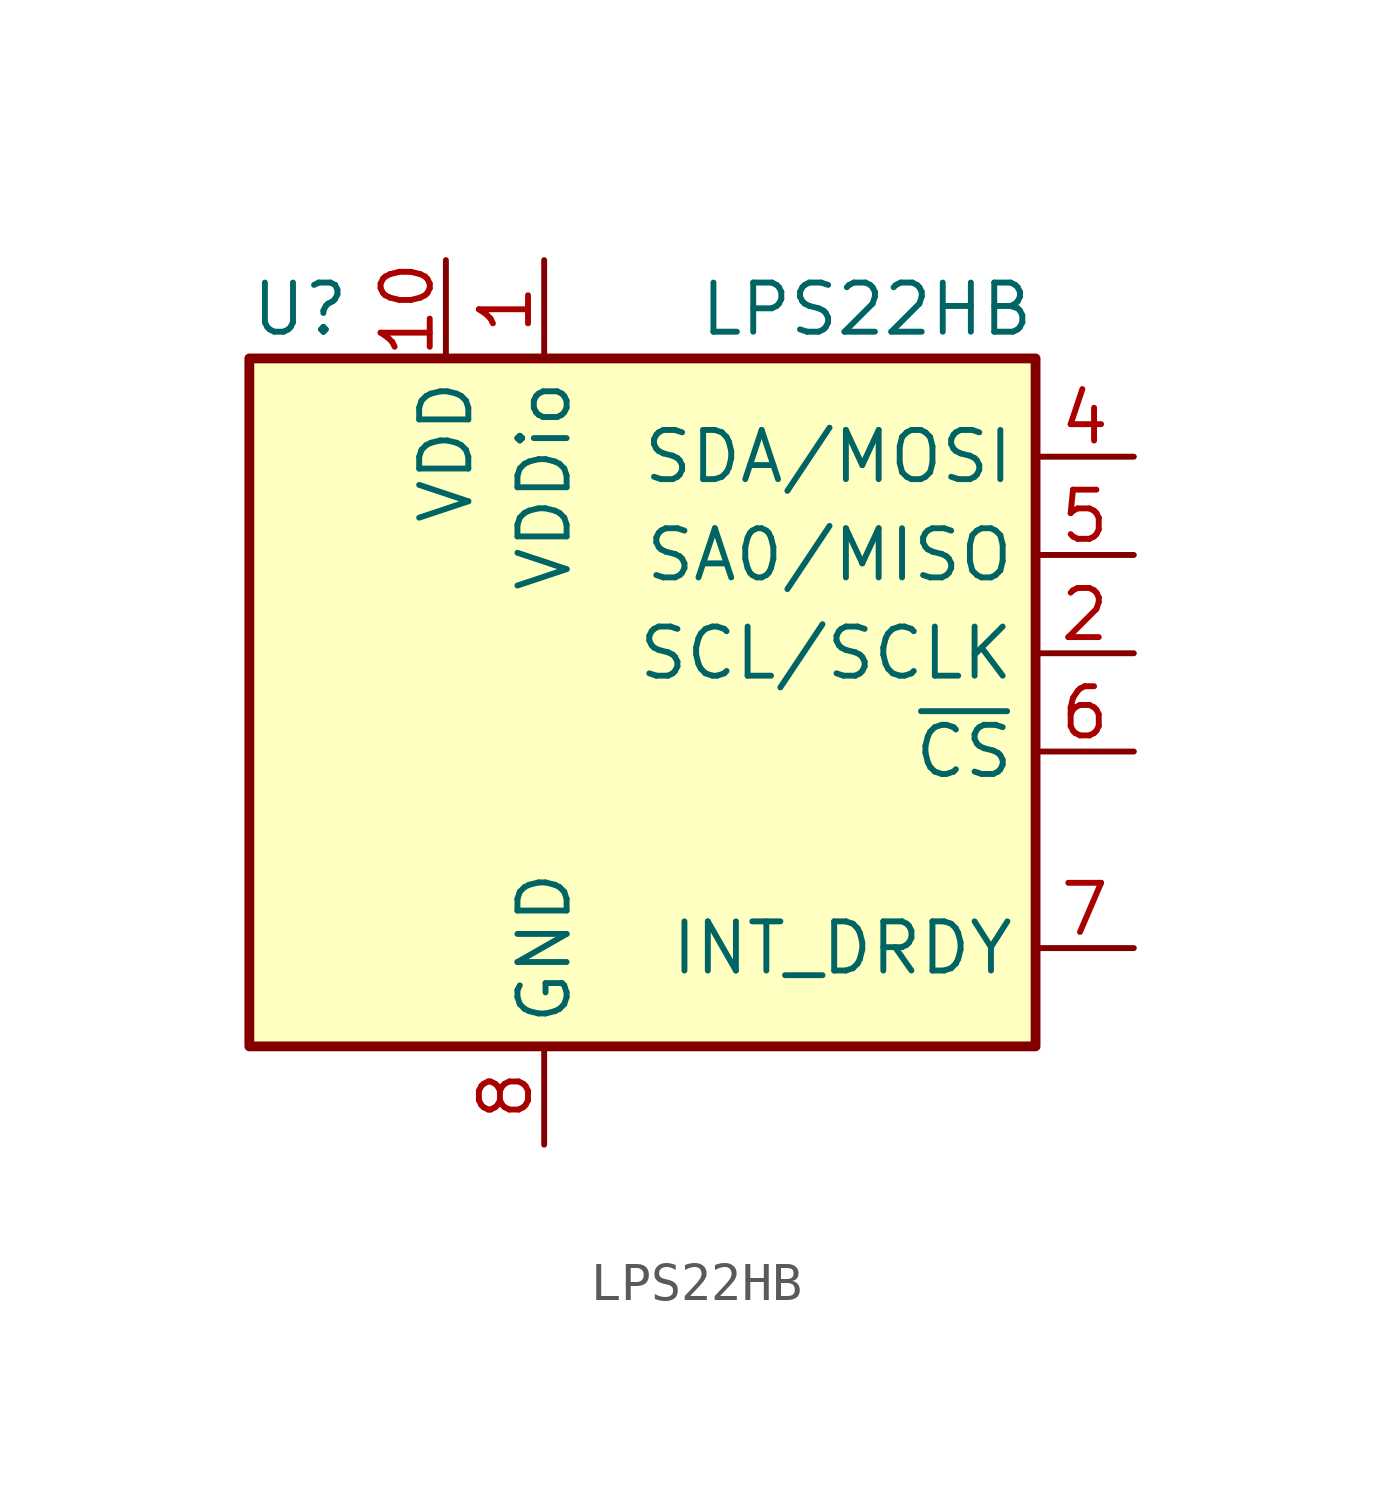
<source format=kicad_sym>
(kicad_symbol_lib
  (version 20211014)
  (generator kicad_symbol_editor)
  (symbol "LPS22HB"
    (property "Reference" "U"
      (at -10.16 8.89 0)
      (effects (font (size 1.27 1.27)) (justify left)))
    (property "Value" "LPS22HB"
      (at 10.16 8.89 0)
      (effects (font (size 1.27 1.27)) (justify right)))
    (symbol "LPS22HB_0_1"
      (rectangle (start -10.16 7.62) (end 10.16 -10.16) (stroke (width 0.254) (type default) (color 0 0 0 0)) (fill (type background))))
    (symbol "LPS22HB_1_1"
      (pin power_in line (at -2.54 10.16 270) (length 2.54) (name "VDDio" (effects (font (size 1.27 1.27)))) (number "1" (effects (font (size 1.27 1.27)))))
      (pin power_in line (at -5.08 10.16 270) (length 2.54) (name "VDD" (effects (font (size 1.27 1.27)))) (number "10" (effects (font (size 1.27 1.27)))))
      (pin input line (at 12.7 0 180) (length 2.54) (name "SCL/SCLK" (effects (font (size 1.27 1.27)))) (number "2" (effects (font (size 1.27 1.27)))))
      (pin passive line (at -2.54 -12.7 90) (length 2.54) hide (name "GND" (effects (font (size 1.27 1.27)))) (number "3" (effects (font (size 1.27 1.27)))))
      (pin bidirectional line (at 12.7 5.08 180) (length 2.54) (name "SDA/MOSI" (effects (font (size 1.27 1.27)))) (number "4" (effects (font (size 1.27 1.27)))))
      (pin bidirectional line (at 12.7 2.54 180) (length 2.54) (name "SA0/MISO" (effects (font (size 1.27 1.27)))) (number "5" (effects (font (size 1.27 1.27)))))
      (pin input line (at 12.7 -2.54 180) (length 2.54) (name "~{CS}" (effects (font (size 1.27 1.27)))) (number "6" (effects (font (size 1.27 1.27)))))
      (pin output line (at 12.7 -7.62 180) (length 2.54) (name "INT_DRDY" (effects (font (size 1.27 1.27)))) (number "7" (effects (font (size 1.27 1.27)))))
      (pin power_in line (at -2.54 -12.7 90) (length 2.54) (name "GND" (effects (font (size 1.27 1.27)))) (number "8" (effects (font (size 1.27 1.27)))))
      (pin passive line (at -2.54 -12.7 90) (length 2.54) hide (name "GND" (effects (font (size 1.27 1.27)))) (number "9" (effects (font (size 1.27 1.27))))))))
</source>
